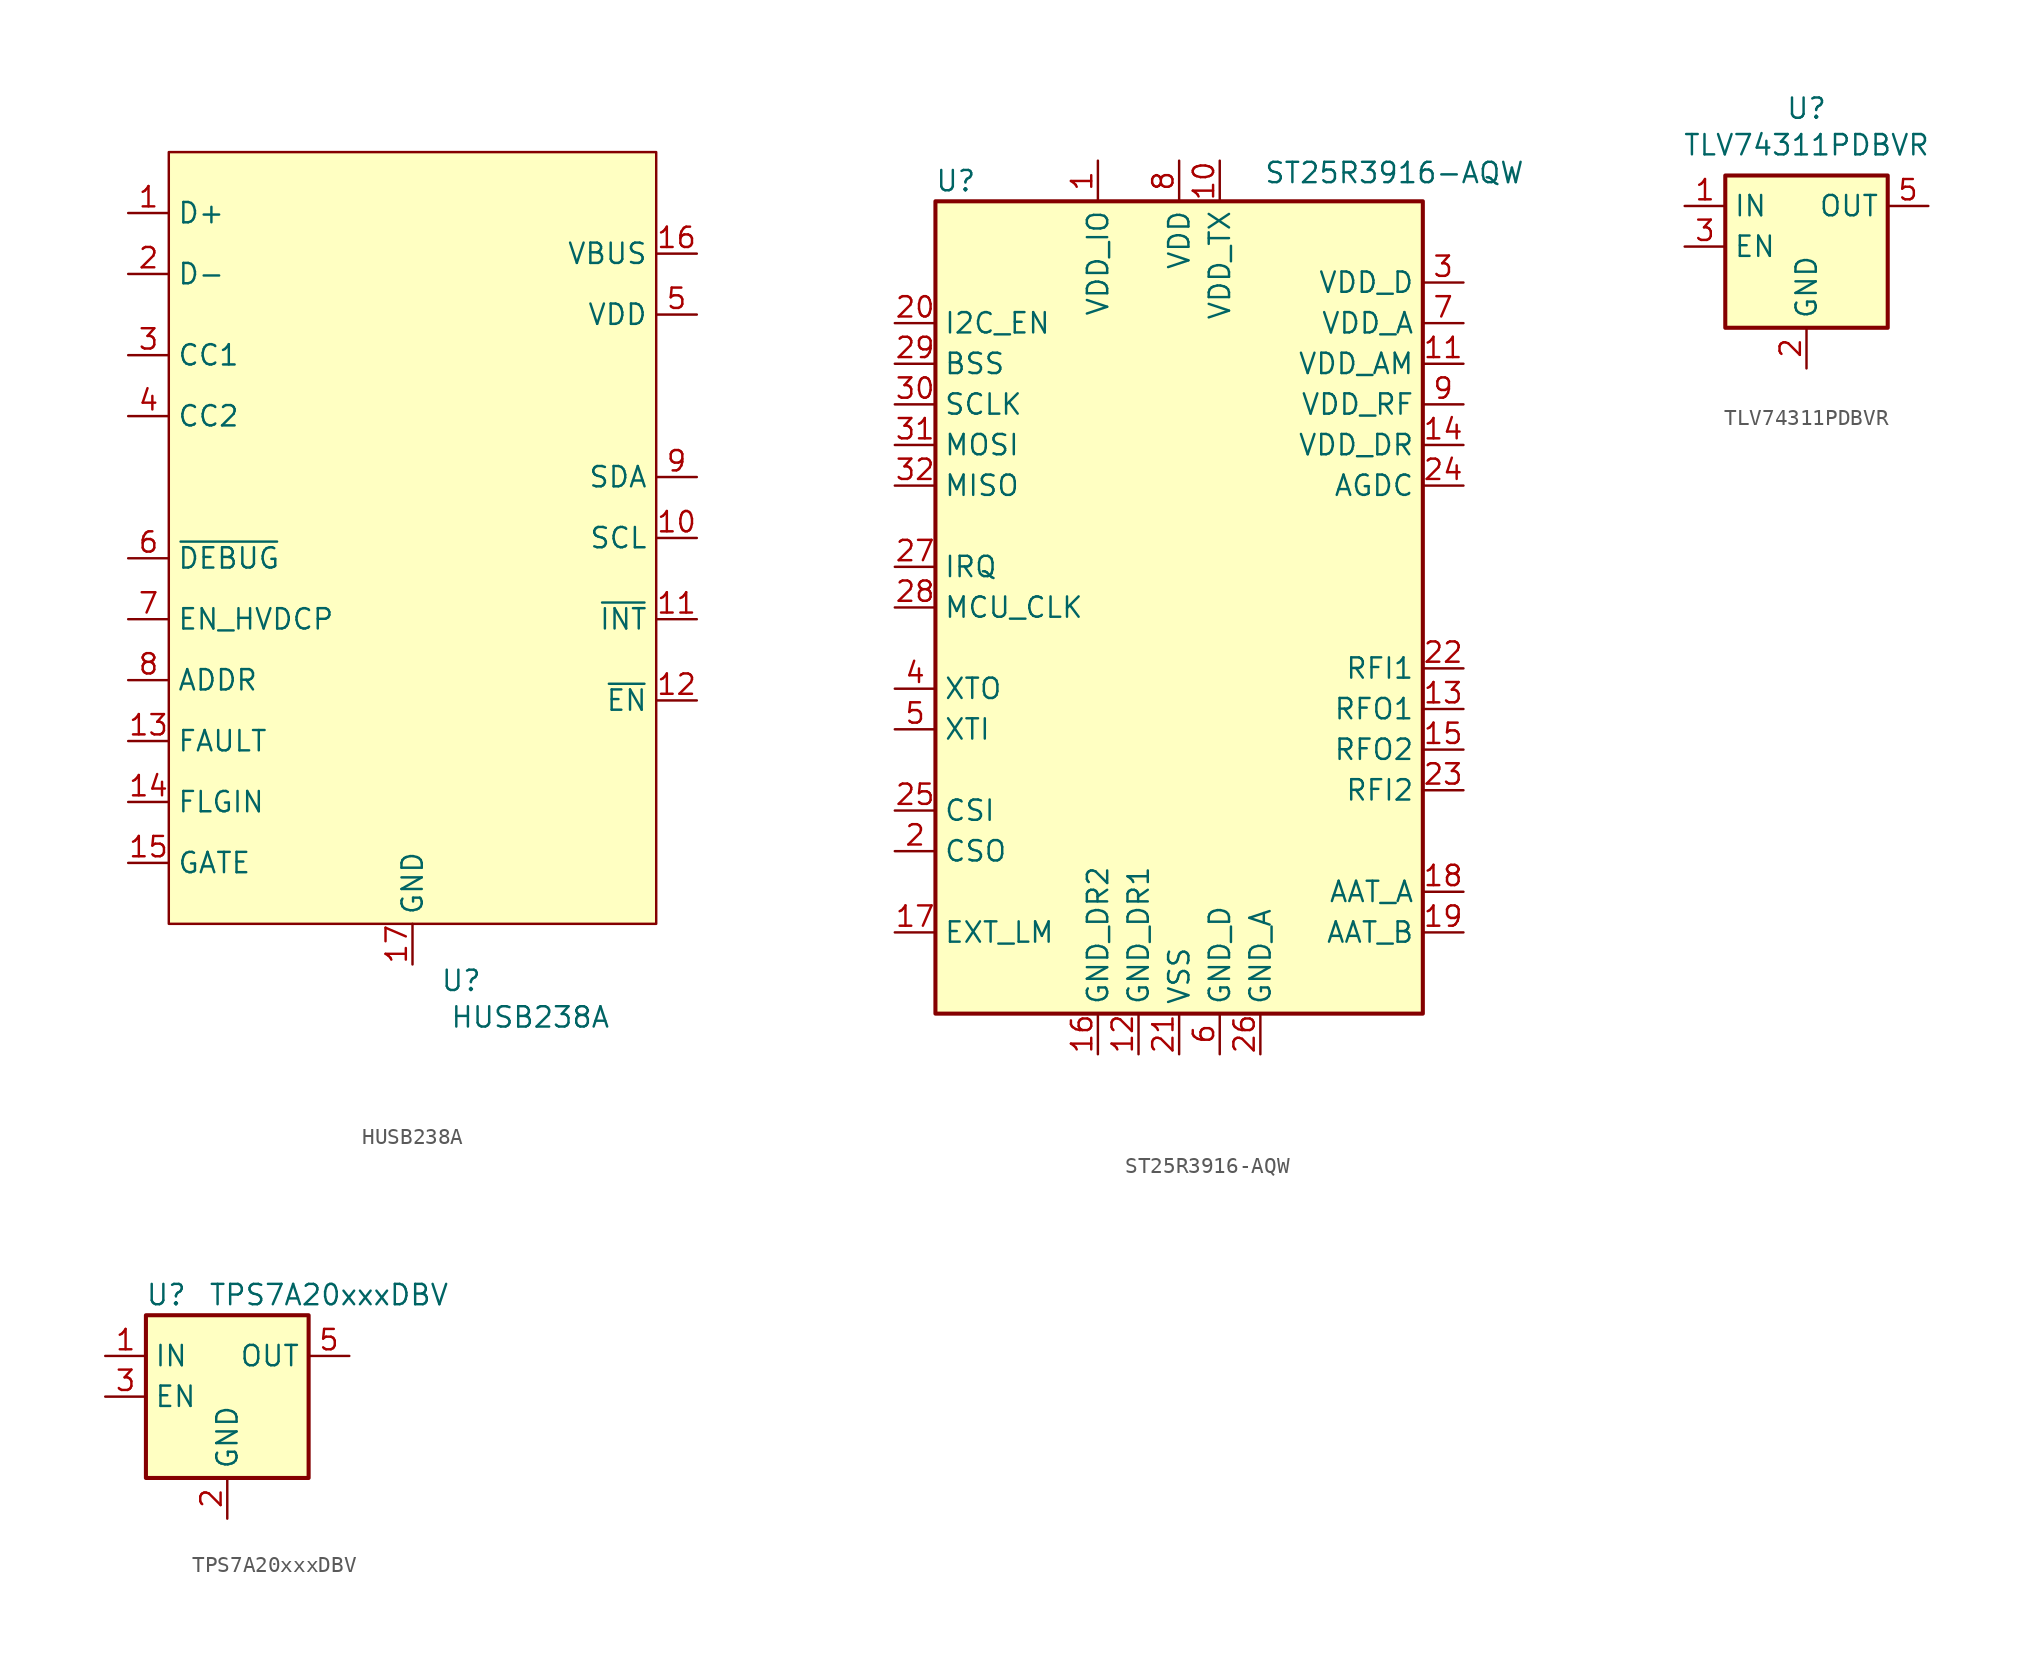
<source format=kicad_sym>
(kicad_symbol_lib
  (version 20241209)
  (generator "kicad_symbol_editor")
  (generator_version "9.0")
  (symbol "HUSB238A"
    (property "Reference" "U"
      (at 3.048 -27.686 0)
      (effects (font (size 1.27 1.27))))
    (property "Value" "HUSB238A"
      (at 7.366 -29.972 0)
      (effects (font (size 1.27 1.27))))
    (symbol "HUSB238A_1_1"
      (rectangle (start -15.24 24.13) (end 15.24 -24.13) (stroke (width 0) (type default)) (fill (type background)))
      (pin bidirectional line (at -17.78 20.32 0) (length 2.54) (name "D+" (effects (font (size 1.27 1.27)))) (number "1" (effects (font (size 1.27 1.27)))))
      (pin bidirectional line (at -17.78 16.51 0) (length 2.54) (name "D-" (effects (font (size 1.27 1.27)))) (number "2" (effects (font (size 1.27 1.27)))))
      (pin bidirectional line (at -17.78 11.43 0) (length 2.54) (name "CC1" (effects (font (size 1.27 1.27)))) (number "3" (effects (font (size 1.27 1.27)))))
      (pin bidirectional line (at -17.78 7.62 0) (length 2.54) (name "CC2" (effects (font (size 1.27 1.27)))) (number "4" (effects (font (size 1.27 1.27)))))
      (pin bidirectional line (at -17.78 -1.27 0) (length 2.54) (name "~{DEBUG}" (effects (font (size 1.27 1.27)))) (number "6" (effects (font (size 1.27 1.27)))))
      (pin bidirectional line (at -17.78 -5.08 0) (length 2.54) (name "EN_HVDCP" (effects (font (size 1.27 1.27)))) (number "7" (effects (font (size 1.27 1.27)))) (alternate "OUT1" bidirectional line))
      (pin input line (at -17.78 -8.89 0) (length 2.54) (name "ADDR" (effects (font (size 1.27 1.27)))) (number "8" (effects (font (size 1.27 1.27)))) (alternate "ORIENT" output line))
      (pin output line (at -17.78 -12.7 0) (length 2.54) (name "FAULT" (effects (font (size 1.27 1.27)))) (number "13" (effects (font (size 1.27 1.27)))) (alternate "OUT2" output line))
      (pin input line (at -17.78 -16.51 0) (length 2.54) (name "FLGIN" (effects (font (size 1.27 1.27)))) (number "14" (effects (font (size 1.27 1.27)))))
      (pin output line (at -17.78 -20.32 0) (length 2.54) (name "GATE" (effects (font (size 1.27 1.27)))) (number "15" (effects (font (size 1.27 1.27)))))
      (pin power_in line (at 0 -26.67 90) (length 2.54) (name "GND" (effects (font (size 1.27 1.27)))) (number "17" (effects (font (size 1.27 1.27)))))
      (pin power_in line (at 17.78 17.78 180) (length 2.54) (name "VBUS" (effects (font (size 1.27 1.27)))) (number "16" (effects (font (size 1.27 1.27)))))
      (pin power_in line (at 17.78 13.97 180) (length 2.54) (name "VDD" (effects (font (size 1.27 1.27)))) (number "5" (effects (font (size 1.27 1.27)))))
      (pin bidirectional line (at 17.78 3.81 180) (length 2.54) (name "SDA" (effects (font (size 1.27 1.27)))) (number "9" (effects (font (size 1.27 1.27)))) (alternate "SNK_VSET" input line))
      (pin bidirectional line (at 17.78 0 180) (length 2.54) (name "SCL" (effects (font (size 1.27 1.27)))) (number "10" (effects (font (size 1.27 1.27)))) (alternate "SNK_ISET" input line))
      (pin open_collector line (at 17.78 -5.08 180) (length 2.54) (name "~{INT}" (effects (font (size 1.27 1.27)))) (number "11" (effects (font (size 1.27 1.27)))))
      (pin input line (at 17.78 -10.16 180) (length 2.54) (name "~{EN}" (effects (font (size 1.27 1.27)))) (number "12" (effects (font (size 1.27 1.27)))))))
  (symbol "ST25R3916-AQW"
    (property "Reference" "U"
      (at -13.97 26.67 0)
      (effects (font (size 1.27 1.27))))
    (property "Value" "ST25R3916-AQW"
      (at 13.462 27.178 0)
      (effects (font (size 1.27 1.27))))
    (symbol "ST25R3916-AQW_0_1"
      (rectangle (start -15.24 25.4) (end 15.24 -25.4) (stroke (width 0.254) (type default)) (fill (type background))))
    (symbol "ST25R3916-AQW_1_1"
      (pin input line (at -17.78 17.78 0) (length 2.54) (name "I2C_EN" (effects (font (size 1.27 1.27)))) (number "20" (effects (font (size 1.27 1.27)))))
      (pin input line (at -17.78 15.24 0) (length 2.54) (name "BSS" (effects (font (size 1.27 1.27)))) (number "29" (effects (font (size 1.27 1.27)))))
      (pin input line (at -17.78 12.7 0) (length 2.54) (name "SCLK" (effects (font (size 1.27 1.27)))) (number "30" (effects (font (size 1.27 1.27)))) (alternate "SCL" input line))
      (pin input line (at -17.78 10.16 0) (length 2.54) (name "MOSI" (effects (font (size 1.27 1.27)))) (number "31" (effects (font (size 1.27 1.27)))))
      (pin output line (at -17.78 7.62 0) (length 2.54) (name "MISO" (effects (font (size 1.27 1.27)))) (number "32" (effects (font (size 1.27 1.27)))) (alternate "SDA" input line))
      (pin output line (at -17.78 2.54 0) (length 2.54) (name "IRQ" (effects (font (size 1.27 1.27)))) (number "27" (effects (font (size 1.27 1.27)))))
      (pin output line (at -17.78 0 0) (length 2.54) (name "MCU_CLK" (effects (font (size 1.27 1.27)))) (number "28" (effects (font (size 1.27 1.27)))))
      (pin output line (at -17.78 -5.08 0) (length 2.54) (name "XTO" (effects (font (size 1.27 1.27)))) (number "4" (effects (font (size 1.27 1.27)))))
      (pin passive line (at -17.78 -7.62 0) (length 2.54) (name "XTI" (effects (font (size 1.27 1.27)))) (number "5" (effects (font (size 1.27 1.27)))))
      (pin input line (at -17.78 -12.7 0) (length 2.54) (name "CSI" (effects (font (size 1.27 1.27)))) (number "25" (effects (font (size 1.27 1.27)))))
      (pin output line (at -17.78 -15.24 0) (length 2.54) (name "CSO" (effects (font (size 1.27 1.27)))) (number "2" (effects (font (size 1.27 1.27)))))
      (pin output line (at -17.78 -20.32 0) (length 2.54) (name "EXT_LM" (effects (font (size 1.27 1.27)))) (number "17" (effects (font (size 1.27 1.27)))))
      (pin power_in line (at -5.08 27.94 270) (length 2.54) (name "VDD_IO" (effects (font (size 1.27 1.27)))) (number "1" (effects (font (size 1.27 1.27)))))
      (pin power_in line (at -5.08 -27.94 90) (length 2.54) (name "GND_DR2" (effects (font (size 1.27 1.27)))) (number "16" (effects (font (size 1.27 1.27)))))
      (pin power_in line (at -2.54 -27.94 90) (length 2.54) (name "GND_DR1" (effects (font (size 1.27 1.27)))) (number "12" (effects (font (size 1.27 1.27)))))
      (pin power_in line (at 0 27.94 270) (length 2.54) (name "VDD" (effects (font (size 1.27 1.27)))) (number "8" (effects (font (size 1.27 1.27)))))
      (pin power_in line (at 0 -27.94 90) (length 2.54) (name "VSS" (effects (font (size 1.27 1.27)))) (number "21" (effects (font (size 1.27 1.27)))))
      (pin passive line (at 0 -27.94 90) (length 2.54) (hide yes) (name "EP" (effects (font (size 1.27 1.27)))) (number "33" (effects (font (size 1.27 1.27)))))
      (pin power_in line (at 2.54 27.94 270) (length 2.54) (name "VDD_TX" (effects (font (size 1.27 1.27)))) (number "10" (effects (font (size 1.27 1.27)))))
      (pin power_in line (at 2.54 -27.94 90) (length 2.54) (name "GND_D" (effects (font (size 1.27 1.27)))) (number "6" (effects (font (size 1.27 1.27)))))
      (pin power_in line (at 5.08 -27.94 90) (length 2.54) (name "GND_A" (effects (font (size 1.27 1.27)))) (number "26" (effects (font (size 1.27 1.27)))))
      (pin power_out line (at 17.78 20.32 180) (length 2.54) (name "VDD_D" (effects (font (size 1.27 1.27)))) (number "3" (effects (font (size 1.27 1.27)))))
      (pin power_out line (at 17.78 17.78 180) (length 2.54) (name "VDD_A" (effects (font (size 1.27 1.27)))) (number "7" (effects (font (size 1.27 1.27)))))
      (pin power_out line (at 17.78 15.24 180) (length 2.54) (name "VDD_AM" (effects (font (size 1.27 1.27)))) (number "11" (effects (font (size 1.27 1.27)))))
      (pin power_out line (at 17.78 12.7 180) (length 2.54) (name "VDD_RF" (effects (font (size 1.27 1.27)))) (number "9" (effects (font (size 1.27 1.27)))))
      (pin power_in line (at 17.78 10.16 180) (length 2.54) (name "VDD_DR" (effects (font (size 1.27 1.27)))) (number "14" (effects (font (size 1.27 1.27)))))
      (pin bidirectional line (at 17.78 7.62 180) (length 2.54) (name "AGDC" (effects (font (size 1.27 1.27)))) (number "24" (effects (font (size 1.27 1.27)))))
      (pin input line (at 17.78 -3.81 180) (length 2.54) (name "RFI1" (effects (font (size 1.27 1.27)))) (number "22" (effects (font (size 1.27 1.27)))))
      (pin output line (at 17.78 -6.35 180) (length 2.54) (name "RFO1" (effects (font (size 1.27 1.27)))) (number "13" (effects (font (size 1.27 1.27)))))
      (pin output line (at 17.78 -8.89 180) (length 2.54) (name "RFO2" (effects (font (size 1.27 1.27)))) (number "15" (effects (font (size 1.27 1.27)))))
      (pin input line (at 17.78 -11.43 180) (length 2.54) (name "RFI2" (effects (font (size 1.27 1.27)))) (number "23" (effects (font (size 1.27 1.27)))))
      (pin output line (at 17.78 -17.78 180) (length 2.54) (name "AAT_A" (effects (font (size 1.27 1.27)))) (number "18" (effects (font (size 1.27 1.27)))))
      (pin output line (at 17.78 -20.32 180) (length 2.54) (name "AAT_B" (effects (font (size 1.27 1.27)))) (number "19" (effects (font (size 1.27 1.27)))))))
  (symbol "TLV74311PDBVR"
    (property "Reference" "U"
      (at 0 8.636 0)
      (effects (font (size 1.27 1.27))))
    (property "Value" "TLV74311PDBVR"
      (at 0 6.35 0)
      (effects (font (size 1.27 1.27))))
    (symbol "TLV74311PDBVR_0_1"
      (rectangle (start -5.08 4.445) (end 5.08 -5.08) (stroke (width 0.254) (type default)) (fill (type background))))
    (symbol "TLV74311PDBVR_1_1"
      (pin power_in line (at -7.62 2.54 0) (length 2.54) (name "IN" (effects (font (size 1.27 1.27)))) (number "1" (effects (font (size 1.27 1.27)))))
      (pin input line (at -7.62 0 0) (length 2.54) (name "EN" (effects (font (size 1.27 1.27)))) (number "3" (effects (font (size 1.27 1.27)))))
      (pin power_in line (at 0 -7.62 90) (length 2.54) (name "GND" (effects (font (size 1.27 1.27)))) (number "2" (effects (font (size 1.27 1.27)))))
      (pin free line (at 0 -7.62 90) (length 2.54) (hide yes) (name "NC" (effects (font (size 1.27 1.27)))) (number "4" (effects (font (size 1.27 1.27)))))
      (pin power_out line (at 7.62 2.54 180) (length 2.54) (name "OUT" (effects (font (size 1.27 1.27)))) (number "5" (effects (font (size 1.27 1.27)))))))
  (symbol "TPS7A20xxxDBV"
    (property "Reference" "U"
      (at -3.81 6.35 0)
      (effects (font (size 1.27 1.27))))
    (property "Value" "TPS7A20xxxDBV"
      (at 6.35 6.35 0)
      (effects (font (size 1.27 1.27))))
    (symbol "TPS7A20xxxDBV_0_1"
      (rectangle (start -5.08 5.08) (end 5.08 -5.08) (stroke (width 0.254) (type default)) (fill (type background)))
      (pin power_in line (at -7.62 2.54 0) (length 2.54) (name "IN" (effects (font (size 1.27 1.27)))) (number "1" (effects (font (size 1.27 1.27)))))
      (pin input line (at -7.62 0 0) (length 2.54) (name "EN" (effects (font (size 1.27 1.27)))) (number "3" (effects (font (size 1.27 1.27)))))
      (pin power_in line (at 0 -7.62 90) (length 2.54) (name "GND" (effects (font (size 1.27 1.27)))) (number "2" (effects (font (size 1.27 1.27)))))
      (pin power_out line (at 7.62 2.54 180) (length 2.54) (name "OUT" (effects (font (size 1.27 1.27)))) (number "5" (effects (font (size 1.27 1.27))))))
    (symbol "TPS7A20xxxDBV_1_1"
      (pin no_connect line (at 2.54 -7.62 90) (length 2.54) (hide yes) (name "NC" (effects (font (size 1.27 1.27)))) (number "4" (effects (font (size 1.27 1.27))))))))
</source>
